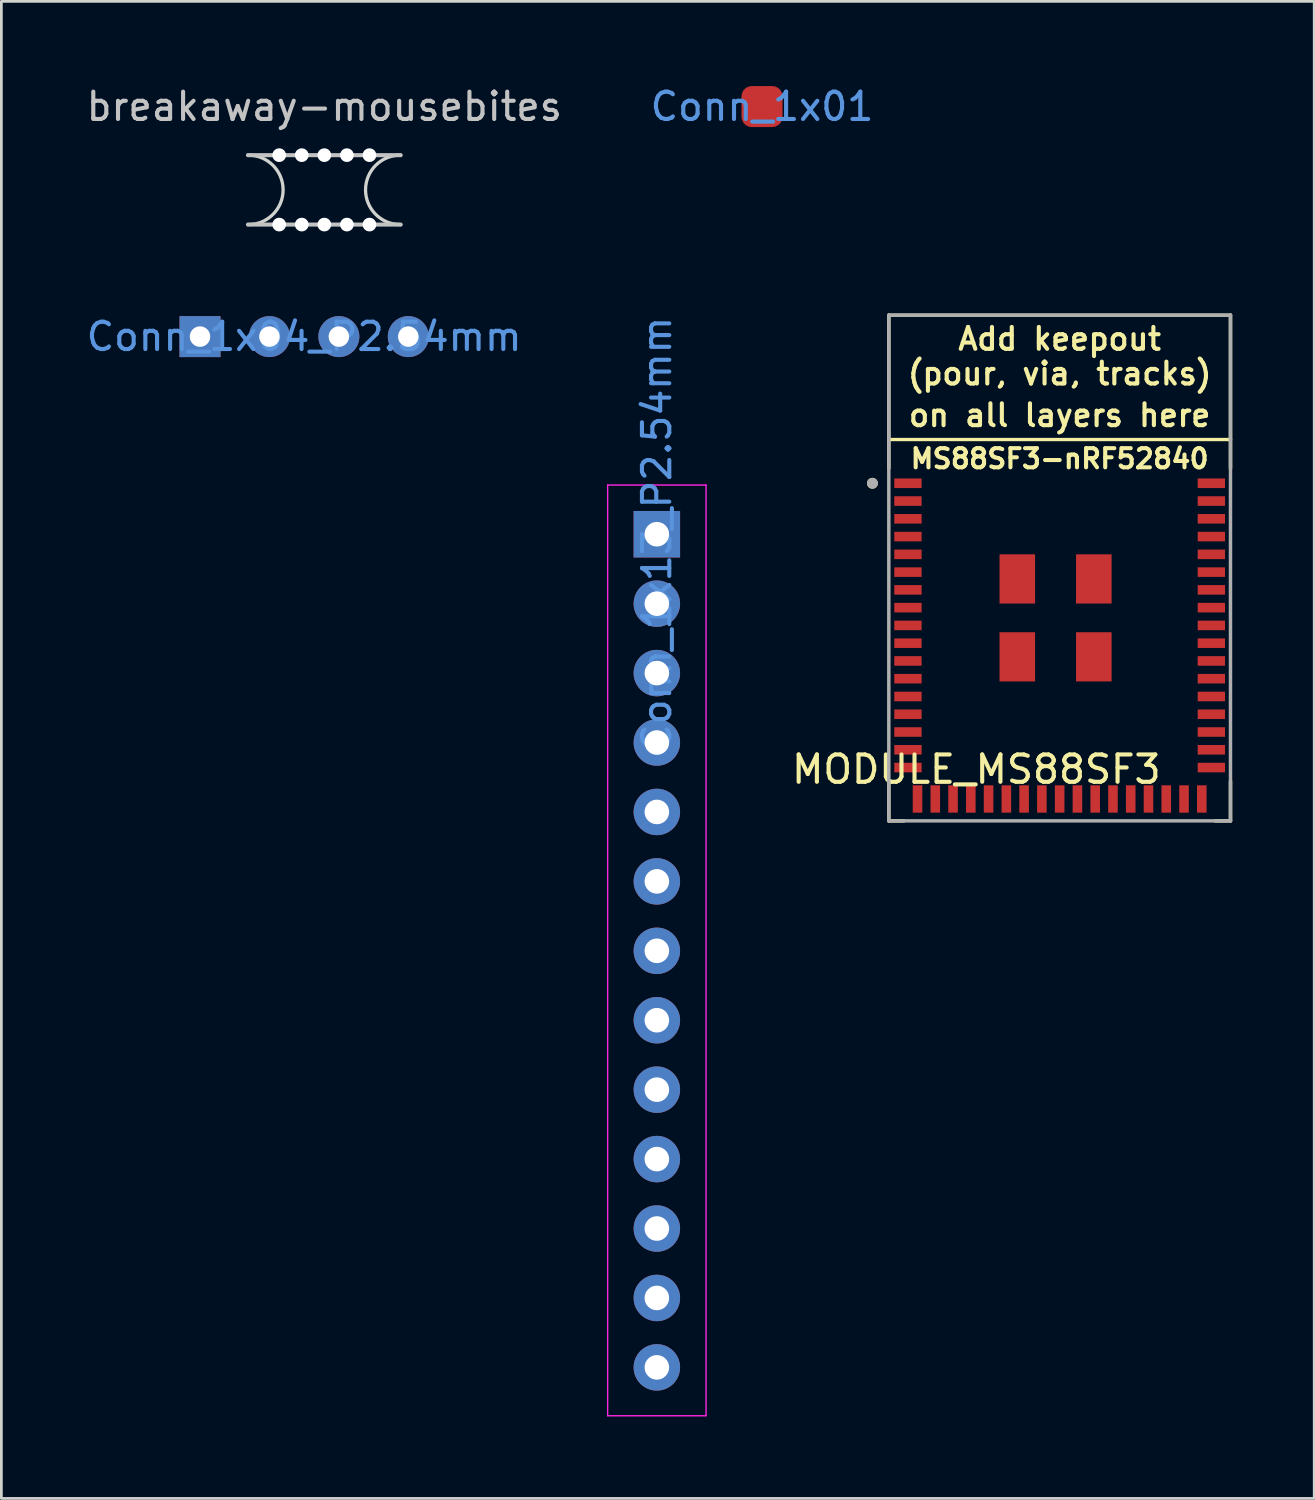
<source format=kicad_pcb>
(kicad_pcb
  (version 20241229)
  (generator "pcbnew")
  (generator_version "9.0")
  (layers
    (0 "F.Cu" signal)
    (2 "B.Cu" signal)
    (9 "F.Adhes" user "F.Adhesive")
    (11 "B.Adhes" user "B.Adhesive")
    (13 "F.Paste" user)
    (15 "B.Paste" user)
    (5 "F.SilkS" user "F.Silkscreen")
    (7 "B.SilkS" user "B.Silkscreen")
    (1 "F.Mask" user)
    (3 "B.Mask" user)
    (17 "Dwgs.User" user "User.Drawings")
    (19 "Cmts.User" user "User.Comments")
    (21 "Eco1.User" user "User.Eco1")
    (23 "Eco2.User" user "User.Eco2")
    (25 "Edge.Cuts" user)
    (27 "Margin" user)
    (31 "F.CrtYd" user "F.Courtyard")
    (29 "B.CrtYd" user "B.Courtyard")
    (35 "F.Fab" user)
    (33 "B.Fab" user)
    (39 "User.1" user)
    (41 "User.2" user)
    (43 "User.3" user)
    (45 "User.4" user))
  (footprint "MODULE_MS88SF3"
    (layer "F.Cu")
    (at 35.716 17.73)
    (property "Reference" "MODULE_MS88SF3" (at -3.048 7.366 0) (layer "F.SilkS") (effects (font (size 1 1) (thickness 0.15))))
    (attr smd)
    (fp_line (start -6.25 -3.65) (end -6.25 -9.25) (stroke (width 0.127) (type solid)) (layer "F.SilkS"))
    (fp_line (start -6.25 9.25) (end -6.25 7.8) (stroke (width 0.127) (type solid)) (layer "F.SilkS"))
    (fp_line (start -5.695 9.25) (end -6.25 9.25) (stroke (width 0.127) (type solid)) (layer "F.SilkS"))
    (fp_line (start 6.25 -9.25) (end -6.25 -9.25) (stroke (width 0.12) (type solid)) (layer "F.SilkS"))
    (fp_line (start 6.25 -4.7) (end -6.25 -4.7) (stroke (width 0.12) (type solid)) (layer "F.SilkS"))
    (fp_line (start 6.25 -3.65) (end 6.25 -9.25) (stroke (width 0.127) (type solid)) (layer "F.SilkS"))
    (fp_line (start 6.25 9.25) (end 5.695 9.25) (stroke (width 0.127) (type solid)) (layer "F.SilkS"))
    (fp_line (start 6.25 9.25) (end 6.25 7.8) (stroke (width 0.127) (type solid)) (layer "F.SilkS"))
    (fp_circle (center -6.85 -3.1) (end -6.75 -3.1) (stroke (width 0.2) (type solid)) (fill no) (layer "F.SilkS"))
    (fp_line (start -6.25 -9.25) (end 6.25 -9.25) (stroke (width 0.127) (type solid)) (layer "F.Fab"))
    (fp_line (start -6.25 -4.7) (end -6.25 -9.25) (stroke (width 0.127) (type solid)) (layer "F.Fab"))
    (fp_line (start -6.25 9.25) (end -6.25 -4.7) (stroke (width 0.127) (type solid)) (layer "F.Fab"))
    (fp_line (start 6.25 -9.25) (end 6.25 -4.7) (stroke (width 0.127) (type solid)) (layer "F.Fab"))
    (fp_line (start 6.25 -4.7) (end 6.25 9.25) (stroke (width 0.127) (type solid)) (layer "F.Fab"))
    (fp_line (start 6.25 9.25) (end -6.25 9.25) (stroke (width 0.127) (type solid)) (layer "F.Fab"))
    (fp_circle (center -6.85 -3.1) (end -6.75 -3.1) (stroke (width 0.2) (type solid)) (fill no) (layer "F.Fab"))
    (fp_text user "Add keepout" (at 0 -8.382 0) (layer "F.SilkS") (effects (font (size 0.8 0.8) (thickness 0.15))))
    (fp_text user "on all layers here" (at 0 -5.588 0) (layer "F.SilkS") (effects (font (size 0.8 0.8) (thickness 0.15))))
    (fp_text user "(pour, via, tracks)" (at 0 -7.112 0) (layer "F.SilkS") (effects (font (size 0.8 0.8) (thickness 0.15))))
    (fp_text user "MS88SF3-nRF52840" (at 0 -4 0) (layer "F.SilkS") (effects (font (size 0.7 0.7) (thickness 0.15))))
    (pad "1" smd rect (at -5.55 -3.1) (size 1 0.35) (layers "F.Cu" "F.Mask" "F.Paste"))
    (pad "2" smd rect (at -5.55 -2.45) (size 1 0.35) (layers "F.Cu" "F.Mask" "F.Paste"))
    (pad "3" smd rect (at -5.55 -1.8) (size 1 0.35) (layers "F.Cu" "F.Mask" "F.Paste"))
    (pad "4" smd rect (at -5.55 -1.15) (size 1 0.35) (layers "F.Cu" "F.Mask" "F.Paste"))
    (pad "5" smd rect (at -5.55 -0.5) (size 1 0.35) (layers "F.Cu" "F.Mask" "F.Paste"))
    (pad "6" smd rect (at -5.55 0.15) (size 1 0.35) (layers "F.Cu" "F.Mask" "F.Paste"))
    (pad "7" smd rect (at -5.55 0.8) (size 1 0.35) (layers "F.Cu" "F.Mask" "F.Paste"))
    (pad "8" smd rect (at -5.55 1.45) (size 1 0.35) (layers "F.Cu" "F.Mask" "F.Paste"))
    (pad "9" smd rect (at -5.55 2.1) (size 1 0.35) (layers "F.Cu" "F.Mask" "F.Paste"))
    (pad "10" smd rect (at -5.55 2.75) (size 1 0.35) (layers "F.Cu" "F.Mask" "F.Paste"))
    (pad "11" smd rect (at -5.55 3.4) (size 1 0.35) (layers "F.Cu" "F.Mask" "F.Paste"))
    (pad "12" smd rect (at -5.55 4.05) (size 1 0.35) (layers "F.Cu" "F.Mask" "F.Paste"))
    (pad "13" smd rect (at -5.55 4.7) (size 1 0.35) (layers "F.Cu" "F.Mask" "F.Paste"))
    (pad "14" smd rect (at -5.55 5.35) (size 1 0.35) (layers "F.Cu" "F.Mask" "F.Paste"))
    (pad "15" smd rect (at -5.55 6) (size 1 0.35) (layers "F.Cu" "F.Mask" "F.Paste"))
    (pad "16" smd rect (at -5.55 6.65) (size 1 0.35) (layers "F.Cu" "F.Mask" "F.Paste"))
    (pad "17" smd rect (at -5.55 7.3) (size 1 0.35) (layers "F.Cu" "F.Mask" "F.Paste"))
    (pad "18" smd rect (at -5.2 8.45) (size 0.35 1) (layers "F.Cu" "F.Mask" "F.Paste"))
    (pad "19" smd rect (at -4.55 8.45) (size 0.35 1) (layers "F.Cu" "F.Mask" "F.Paste"))
    (pad "20" smd rect (at -3.9 8.45) (size 0.35 1) (layers "F.Cu" "F.Mask" "F.Paste"))
    (pad "21" smd rect (at -3.25 8.45) (size 0.35 1) (layers "F.Cu" "F.Mask" "F.Paste"))
    (pad "22" smd rect (at -2.6 8.45) (size 0.35 1) (layers "F.Cu" "F.Mask" "F.Paste"))
    (pad "23" smd rect (at -1.95 8.45) (size 0.35 1) (layers "F.Cu" "F.Mask" "F.Paste"))
    (pad "24" smd rect (at -1.3 8.45) (size 0.35 1) (layers "F.Cu" "F.Mask" "F.Paste"))
    (pad "25" smd rect (at -0.65 8.45) (size 0.35 1) (layers "F.Cu" "F.Mask" "F.Paste"))
    (pad "26" smd rect (at 0 8.45) (size 0.35 1) (layers "F.Cu" "F.Mask" "F.Paste"))
    (pad "27" smd rect (at 0.65 8.45) (size 0.35 1) (layers "F.Cu" "F.Mask" "F.Paste"))
    (pad "28" smd rect (at 1.3 8.45) (size 0.35 1) (layers "F.Cu" "F.Mask" "F.Paste"))
    (pad "29" smd rect (at 1.95 8.45) (size 0.35 1) (layers "F.Cu" "F.Mask" "F.Paste"))
    (pad "30" smd rect (at 2.6 8.45) (size 0.35 1) (layers "F.Cu" "F.Mask" "F.Paste"))
    (pad "31" smd rect (at 3.25 8.45) (size 0.35 1) (layers "F.Cu" "F.Mask" "F.Paste"))
    (pad "32" smd rect (at 3.9 8.45) (size 0.35 1) (layers "F.Cu" "F.Mask" "F.Paste"))
    (pad "33" smd rect (at 4.55 8.45) (size 0.35 1) (layers "F.Cu" "F.Mask" "F.Paste"))
    (pad "34" smd rect (at 5.2 8.45) (size 0.35 1) (layers "F.Cu" "F.Mask" "F.Paste"))
    (pad "35" smd rect (at 5.55 7.3) (size 1 0.35) (layers "F.Cu" "F.Mask" "F.Paste"))
    (pad "36" smd rect (at 5.55 6.65) (size 1 0.35) (layers "F.Cu" "F.Mask" "F.Paste"))
    (pad "37" smd rect (at 5.55 6) (size 1 0.35) (layers "F.Cu" "F.Mask" "F.Paste"))
    (pad "38" smd rect (at 5.55 5.35) (size 1 0.35) (layers "F.Cu" "F.Mask" "F.Paste"))
    (pad "39" smd rect (at 5.55 4.7) (size 1 0.35) (layers "F.Cu" "F.Mask" "F.Paste"))
    (pad "40" smd rect (at 5.55 4.05) (size 1 0.35) (layers "F.Cu" "F.Mask" "F.Paste"))
    (pad "41" smd rect (at 5.55 3.4) (size 1 0.35) (layers "F.Cu" "F.Mask" "F.Paste"))
    (pad "42" smd rect (at 5.55 2.75) (size 1 0.35) (layers "F.Cu" "F.Mask" "F.Paste"))
    (pad "43" smd rect (at 5.55 2.1) (size 1 0.35) (layers "F.Cu" "F.Mask" "F.Paste"))
    (pad "44" smd rect (at 5.55 1.45) (size 1 0.35) (layers "F.Cu" "F.Mask" "F.Paste"))
    (pad "45" smd rect (at 5.55 0.8) (size 1 0.35) (layers "F.Cu" "F.Mask" "F.Paste"))
    (pad "46" smd rect (at 5.55 0.15) (size 1 0.35) (layers "F.Cu" "F.Mask" "F.Paste"))
    (pad "47" smd rect (at 5.55 -0.5) (size 1 0.35) (layers "F.Cu" "F.Mask" "F.Paste"))
    (pad "48" smd rect (at 5.55 -1.15) (size 1 0.35) (layers "F.Cu" "F.Mask" "F.Paste"))
    (pad "49" smd rect (at 5.55 -1.8) (size 1 0.35) (layers "F.Cu" "F.Mask" "F.Paste"))
    (pad "50" smd rect (at 5.55 -2.45) (size 1 0.35) (layers "F.Cu" "F.Mask" "F.Paste"))
    (pad "51" smd rect (at 5.55 -3.1) (size 1 0.35) (layers "F.Cu" "F.Mask" "F.Paste"))
    (pad "61" smd rect (at 1.25 0.4) (size 1.3 1.8) (layers "F.Cu" "F.Mask" "F.Paste"))
    (pad "62" smd rect (at 1.25 3.25) (size 1.3 1.8) (layers "F.Cu" "F.Mask" "F.Paste"))
    (pad "63" smd rect (at -1.55 3.25) (size 1.3 1.8) (layers "F.Cu" "F.Mask" "F.Paste"))
    (pad "64" smd rect (at -1.55 0.4) (size 1.3 1.8) (layers "F.Cu" "F.Mask" "F.Paste")))
  (footprint "Conn_1x04_P2.54mm"
    (layer "F.Cu")
    (at 8.077 9.264)
    (property "Reference" "Conn_1x04_P2.54mm" (at 0 0 180) (layer "Cmts.User") (effects (font (size 1 1) (thickness 0.15))))
    (attr through_hole)
    (pad "1" thru_hole rect (at -3.81 0 90) (size 1.5 1.5) (drill 0.75) (layers "*.Cu" "*.Mask"))
    (pad "2" thru_hole circle (at -1.27 0 90) (size 1.5 1.5) (drill 0.75) (layers "*.Cu" "*.Mask"))
    (pad "3" thru_hole circle (at 1.27 0 90) (size 1.5 1.5) (drill 0.75) (layers "*.Cu" "*.Mask"))
    (pad "4" thru_hole oval (at 3.81 0 90) (size 1.5 1.5) (drill 0.75) (layers "*.Cu" "*.Mask")))
  (footprint "Conn_1x13_P2.54mm"
    (layer "F.Cu")
    (at 20.98 16.494)
    (property "Reference" "Conn_1x13_P2.54mm" (at 0 0 90) (layer "Cmts.User") (effects (font (size 1 1) (thickness 0.15))))
    (attr through_hole)
    (fp_line (start -1.8 -1.8) (end -1.8 32.25) (stroke (width 0.05) (type solid)) (layer "F.CrtYd"))
    (fp_line (start -1.8 32.25) (end 1.8 32.25) (stroke (width 0.05) (type solid)) (layer "F.CrtYd"))
    (fp_line (start 1.8 -1.8) (end -1.8 -1.8) (stroke (width 0.05) (type solid)) (layer "F.CrtYd"))
    (fp_line (start 1.8 32.25) (end 1.8 -1.8) (stroke (width 0.05) (type solid)) (layer "F.CrtYd"))
    (pad "1" thru_hole rect (at 0 0) (size 1.7 1.7) (drill 0.9) (layers "*.Cu" "*.Mask"))
    (pad "2" thru_hole oval (at 0 2.54) (size 1.7 1.7) (drill 0.9) (layers "*.Cu" "*.Mask"))
    (pad "3" thru_hole oval (at 0 5.08) (size 1.7 1.7) (drill 0.9) (layers "*.Cu" "*.Mask"))
    (pad "4" thru_hole oval (at 0 7.62) (size 1.7 1.7) (drill 0.9) (layers "*.Cu" "*.Mask"))
    (pad "5" thru_hole oval (at 0 10.16) (size 1.7 1.7) (drill 0.9) (layers "*.Cu" "*.Mask"))
    (pad "6" thru_hole oval (at 0 12.7) (size 1.7 1.7) (drill 0.9) (layers "*.Cu" "*.Mask"))
    (pad "7" thru_hole oval (at 0 15.24) (size 1.7 1.7) (drill 0.9) (layers "*.Cu" "*.Mask"))
    (pad "8" thru_hole oval (at 0 17.78) (size 1.7 1.7) (drill 0.9) (layers "*.Cu" "*.Mask"))
    (pad "9" thru_hole oval (at 0 20.32) (size 1.7 1.7) (drill 0.9) (layers "*.Cu" "*.Mask"))
    (pad "10" thru_hole oval (at 0 22.86) (size 1.7 1.7) (drill 0.9) (layers "*.Cu" "*.Mask"))
    (pad "11" thru_hole oval (at 0 25.4) (size 1.7 1.7) (drill 0.9) (layers "*.Cu" "*.Mask"))
    (pad "12" thru_hole oval (at 0 27.94) (size 1.7 1.7) (drill 0.9) (layers "*.Cu" "*.Mask"))
    (pad "13" thru_hole oval (at 0 30.48) (size 1.7 1.7) (drill 0.9) (layers "*.Cu" "*.Mask")))
  (footprint "Conn_1x01"
    (layer "F.Cu")
    (at 24.827 0.848)
    (property "Reference" "Conn_1x01" (at 0 0 180) (layer "Cmts.User") (effects (font (size 1 1) (thickness 0.15))))
    (attr through_hole)
    (pad "1" connect roundrect (at 0 0 90) (size 1.5 1.5) (layers "F.Cu" "F.Mask") (roundrect_rratio 0.25)))
  (footprint "breakaway-mousebites"
    (layer "F.Cu")
    (at 8.815 3.896)
    (property "Reference" "breakaway-mousebites" (at 0 -3.048 0) (layer "Dwgs.User") (effects (font (size 1 1) (thickness 0.15))))
    (attr through_hole)
    (fp_line (start -2.794 -1.27) (end 2.794 -1.27) (stroke (width 0.15) (type solid)) (layer "Dwgs.User"))
    (fp_line (start 2.794 1.27) (end -2.794 1.27) (stroke (width 0.15) (type solid)) (layer "Dwgs.User"))
    (fp_arc (start -2.778 -1.27) (mid -1.508 0) (end -2.778 1.27) (stroke (width 0.12) (type solid)) (layer "Edge.Cuts"))
    (fp_arc (start 2.778 1.27) (mid 1.508 0) (end 2.778 -1.27) (stroke (width 0.12) (type solid)) (layer "Edge.Cuts"))
    (pad "" np_thru_hole circle (at -1.651 -1.27) (size 0.5 0.5) (drill 0.5) (layers "*.Cu" "*.Mask"))
    (pad "" np_thru_hole circle (at -1.651 1.27) (size 0.5 0.5) (drill 0.5) (layers "*.Cu" "*.Mask"))
    (pad "" np_thru_hole circle (at -0.826 -1.27) (size 0.5 0.5) (drill 0.5) (layers "*.Cu" "*.Mask"))
    (pad "" np_thru_hole circle (at -0.826 1.27) (size 0.5 0.5) (drill 0.5) (layers "*.Cu" "*.Mask"))
    (pad "" np_thru_hole circle (at 0 -1.27) (size 0.5 0.5) (drill 0.5) (layers "*.Cu" "*.Mask"))
    (pad "" np_thru_hole circle (at 0 1.27) (size 0.5 0.5) (drill 0.5) (layers "*.Cu" "*.Mask"))
    (pad "" np_thru_hole circle (at 0.826 -1.27) (size 0.5 0.5) (drill 0.5) (layers "*.Cu" "*.Mask"))
    (pad "" np_thru_hole circle (at 0.826 1.27) (size 0.5 0.5) (drill 0.5) (layers "*.Cu" "*.Mask"))
    (pad "" np_thru_hole circle (at 1.651 -1.27) (size 0.5 0.5) (drill 0.5) (layers "*.Cu" "*.Mask"))
    (pad "" np_thru_hole circle (at 1.651 1.27) (size 0.5 0.5) (drill 0.5) (layers "*.Cu" "*.Mask")))
  (gr_rect
    (start -3 -3)
    (end 45.029 51.769)
    (stroke (width 0.1) (type default))
    (fill no)
    (layer "Edge.Cuts")))
</source>
